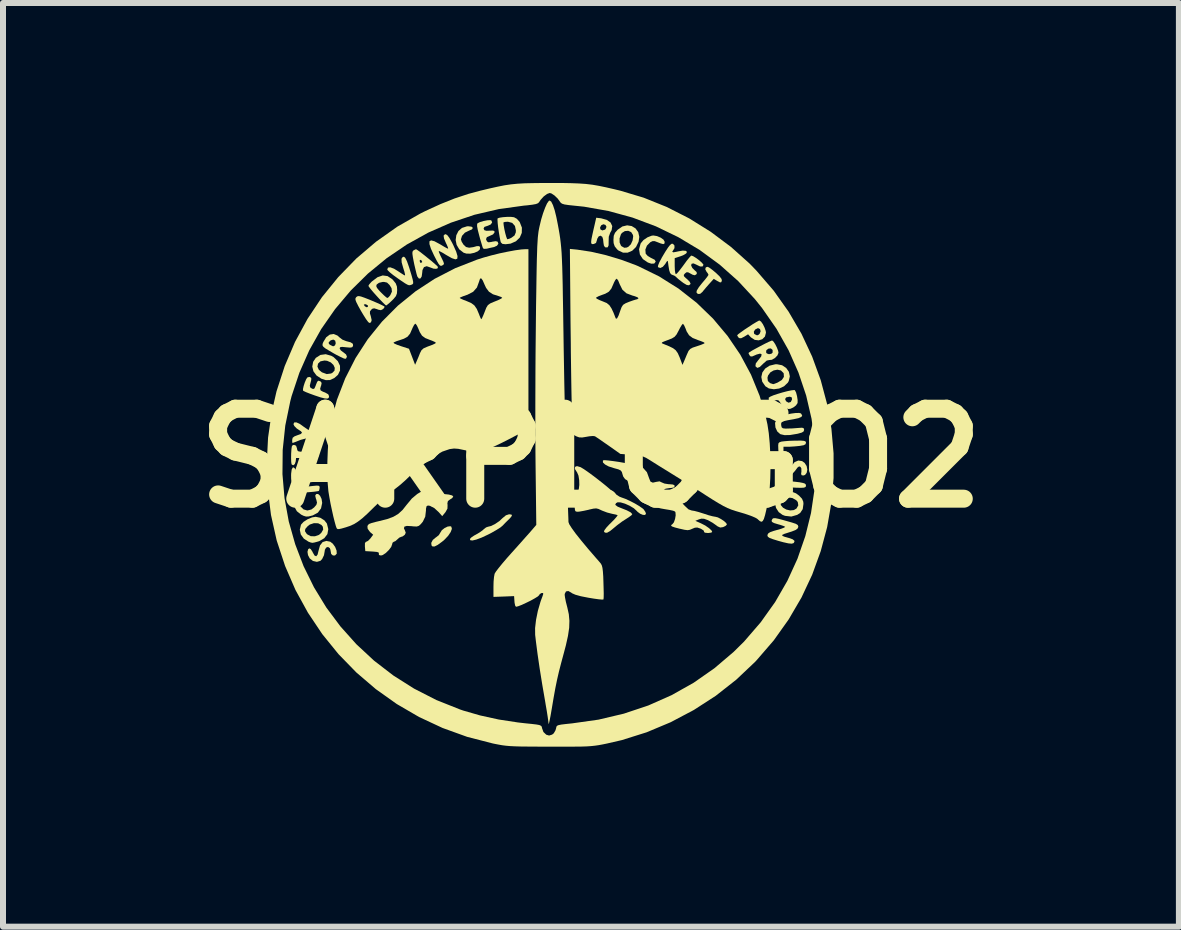
<source format=kicad_pcb>
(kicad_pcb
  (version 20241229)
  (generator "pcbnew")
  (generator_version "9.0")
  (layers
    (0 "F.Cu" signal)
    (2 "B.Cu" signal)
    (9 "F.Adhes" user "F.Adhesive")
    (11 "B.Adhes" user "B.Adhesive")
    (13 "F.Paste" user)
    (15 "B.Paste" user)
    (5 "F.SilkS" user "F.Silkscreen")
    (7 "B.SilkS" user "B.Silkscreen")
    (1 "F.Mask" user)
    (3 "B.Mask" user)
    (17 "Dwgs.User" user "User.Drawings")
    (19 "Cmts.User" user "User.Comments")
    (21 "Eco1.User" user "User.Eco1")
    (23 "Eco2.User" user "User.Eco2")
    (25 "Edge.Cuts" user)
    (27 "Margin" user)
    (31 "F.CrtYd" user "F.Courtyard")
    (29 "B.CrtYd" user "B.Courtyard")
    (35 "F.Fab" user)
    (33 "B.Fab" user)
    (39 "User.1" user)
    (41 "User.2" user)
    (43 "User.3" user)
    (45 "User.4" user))
  (footprint "SARPLOGO2"
    (layer "F.Cu")
    (at 6.8 4.584)
    (property "Reference" "SARPLOGO2" (at 0 0 0) (layer "F.SilkS") (effects (font (size 1.5 1.5) (thickness 0.3))))
    (attr board_only exclude_from_pos_files exclude_from_bom)
    (fp_poly (pts (xy 3.277 0.384) (xy 3.396 0.395) (xy 3.48 0.405) (xy 3.535 0.416) (xy 3.567 0.427) (xy 3.581 0.442) (xy 3.584 0.46) (xy 3.581 0.477) (xy 3.569 0.488) (xy 3.542 0.495) (xy 3.494 0.497) (xy 3.418 0.495) (xy 3.31 0.489) (xy 3.245 0.485) (xy 3.178 0.479) (xy 3.142 0.47) (xy 3.128 0.452) (xy 3.126 0.424) (xy 3.126 0.371)) (stroke (width 0) (type solid)) (fill yes) (layer "F.SilkS"))
    (fp_poly (pts (xy -2.327 1.145) (xy -2.318 1.181) (xy -2.338 1.234) (xy -2.381 1.298) (xy -2.444 1.364) (xy -2.481 1.395) (xy -2.555 1.449) (xy -2.607 1.475) (xy -2.641 1.474) (xy -2.657 1.458) (xy -2.662 1.415) (xy -2.636 1.366) (xy -2.587 1.325) (xy -2.583 1.323) (xy -2.536 1.286) (xy -2.51 1.243) (xy -2.485 1.203) (xy -2.44 1.168) (xy -2.389 1.143) (xy -2.344 1.137)) (stroke (width 0) (type solid)) (fill yes) (layer "F.SilkS"))
    (fp_poly (pts (xy -4.536 0.463) (xy -4.523 0.477) (xy -4.522 0.496) (xy -4.529 0.536) (xy -4.538 0.55) (xy -4.565 0.555) (xy -4.624 0.563) (xy -4.705 0.57) (xy -4.768 0.575) (xy -4.863 0.581) (xy -4.925 0.583) (xy -4.96 0.58) (xy -4.976 0.57) (xy -4.98 0.554) (xy -4.98 0.547) (xy -4.974 0.522) (xy -4.949 0.506) (xy -4.895 0.496) (xy -4.865 0.492) (xy -4.772 0.482) (xy -4.671 0.47) (xy -4.636 0.466) (xy -4.571 0.46)) (stroke (width 0) (type solid)) (fill yes) (layer "F.SilkS"))
    (fp_poly (pts (xy -4.915 -0.205) (xy -4.9 -0.161) (xy -4.894 -0.128) (xy -4.876 -0.111) (xy -4.837 -0.105) (xy -4.783 -0.104) (xy -4.669 -0.1) (xy -4.593 -0.087) (xy -4.552 -0.064) (xy -4.542 -0.039) (xy -4.546 -0.02) (xy -4.563 -0.009) (xy -4.6 -0.003) (xy -4.667 -0.000297) (xy -4.729 0) (xy -4.915 0) (xy -4.921 0.056) (xy -4.936 0.101) (xy -4.961 0.121) (xy -4.985 0.111) (xy -4.991 0.099) (xy -4.996 0.064) (xy -4.998 0.001) (xy -4.997 -0.075) (xy -4.992 -0.151) (xy -4.985 -0.195) (xy -4.971 -0.214) (xy -4.949 -0.219) (xy -4.949 -0.219)) (stroke (width 0) (type solid)) (fill yes) (layer "F.SilkS"))
    (fp_poly (pts (xy -1.991 -3.856) (xy -1.968 -3.836) (xy -1.983 -3.811) (xy -2.036 -3.788) (xy -2.101 -3.756) (xy -2.149 -3.703) (xy -2.167 -3.645) (xy -2.155 -3.606) (xy -2.125 -3.557) (xy -2.122 -3.554) (xy -2.082 -3.517) (xy -2.031 -3.505) (xy -1.96 -3.515) (xy -1.904 -3.531) (xy -1.863 -3.532) (xy -1.848 -3.513) (xy -1.852 -3.476) (xy -1.888 -3.444) (xy -1.945 -3.42) (xy -2.011 -3.406) (xy -2.076 -3.407) (xy -2.123 -3.422) (xy -2.196 -3.479) (xy -2.239 -3.553) (xy -2.255 -3.633) (xy -2.244 -3.713) (xy -2.209 -3.783) (xy -2.15 -3.835) (xy -2.068 -3.861) (xy -2.049 -3.863)) (stroke (width 0) (type solid)) (fill yes) (layer "F.SilkS"))
    (fp_poly (pts (xy -1.324 0.943) (xy -1.317 0.962) (xy -1.345 0.999) (xy -1.37 1.024) (xy -1.423 1.076) (xy -1.471 1.126) (xy -1.472 1.127) (xy -1.509 1.158) (xy -1.574 1.199) (xy -1.656 1.246) (xy -1.714 1.276) (xy -1.823 1.327) (xy -1.912 1.36) (xy -1.976 1.375) (xy -2.012 1.37) (xy -2.017 1.349) (xy -1.995 1.325) (xy -1.948 1.293) (xy -1.918 1.277) (xy -1.855 1.24) (xy -1.802 1.202) (xy -1.788 1.188) (xy -1.748 1.157) (xy -1.717 1.146) (xy -1.664 1.133) (xy -1.595 1.098) (xy -1.526 1.051) (xy -1.474 1.002) (xy -1.417 0.955) (xy -1.365 0.938)) (stroke (width 0) (type solid)) (fill yes) (layer "F.SilkS"))
    (fp_poly (pts (xy 3.548 -0.286) (xy 3.574 -0.278) (xy 3.583 -0.263) (xy 3.584 -0.253) (xy 3.576 -0.229) (xy 3.545 -0.213) (xy 3.483 -0.202) (xy 3.475 -0.201) (xy 3.393 -0.193) (xy 3.315 -0.188) (xy 3.287 -0.188) (xy 3.209 -0.188) (xy 3.209 -0.094) (xy 3.204 -0.031) (xy 3.19 -0.003) (xy 3.179 0) (xy 3.145 -0.01) (xy 3.139 -0.016) (xy 3.132 -0.044) (xy 3.126 -0.1) (xy 3.123 -0.146) (xy 3.121 -0.212) (xy 3.126 -0.247) (xy 3.145 -0.264) (xy 3.179 -0.274) (xy 3.229 -0.28) (xy 3.305 -0.286) (xy 3.394 -0.289) (xy 3.412 -0.289) (xy 3.497 -0.29)) (stroke (width 0) (type solid)) (fill yes) (layer "F.SilkS"))
    (fp_poly (pts (xy 1.971 -3.174) (xy 2.019 -3.139) (xy 2.077 -3.091) (xy 2.082 -3.087) (xy 2.145 -3.026) (xy 2.177 -2.984) (xy 2.182 -2.953) (xy 2.181 -2.95) (xy 2.169 -2.928) (xy 2.149 -2.928) (xy 2.107 -2.95) (xy 2.047 -2.986) (xy 1.966 -2.896) (xy 1.917 -2.84) (xy 1.875 -2.79) (xy 1.858 -2.768) (xy 1.82 -2.736) (xy 1.782 -2.734) (xy 1.758 -2.761) (xy 1.765 -2.793) (xy 1.799 -2.848) (xy 1.852 -2.915) (xy 1.903 -2.975) (xy 1.94 -3.023) (xy 1.958 -3.051) (xy 1.959 -3.054) (xy 1.946 -3.08) (xy 1.925 -3.107) (xy 1.905 -3.147) (xy 1.915 -3.178) (xy 1.944 -3.187)) (stroke (width 0) (type solid)) (fill yes) (layer "F.SilkS"))
    (fp_poly (pts (xy -4.851 -0.567) (xy -4.799 -0.529) (xy -4.716 -0.472) (xy -4.637 -0.443) (xy -4.606 -0.438) (xy -4.546 -0.428) (xy -4.518 -0.411) (xy -4.511 -0.385) (xy -4.516 -0.361) (xy -4.538 -0.349) (xy -4.586 -0.344) (xy -4.626 -0.343) (xy -4.73 -0.331) (xy -4.836 -0.303) (xy -4.855 -0.296) (xy -4.917 -0.271) (xy -4.96 -0.255) (xy -4.975 -0.25) (xy -4.979 -0.268) (xy -4.98 -0.301) (xy -4.972 -0.337) (xy -4.941 -0.361) (xy -4.897 -0.378) (xy -4.836 -0.4) (xy -4.816 -0.422) (xy -4.834 -0.446) (xy -4.853 -0.458) (xy -4.905 -0.493) (xy -4.944 -0.533) (xy -4.959 -0.565) (xy -4.945 -0.593) (xy -4.907 -0.593)) (stroke (width 0) (type solid)) (fill yes) (layer "F.SilkS"))
    (fp_poly (pts (xy -4.515 0.63) (xy -4.49 0.682) (xy -4.48 0.746) (xy -4.48 0.75) (xy -4.499 0.84) (xy -4.552 0.911) (xy -4.635 0.956) (xy -4.642 0.958) (xy -4.705 0.974) (xy -4.748 0.976) (xy -4.789 0.964) (xy -4.83 0.944) (xy -4.902 0.887) (xy -4.946 0.808) (xy -4.955 0.723) (xy -4.94 0.671) (xy -4.916 0.657) (xy -4.89 0.679) (xy -4.874 0.725) (xy -4.842 0.806) (xy -4.79 0.857) (xy -4.727 0.875) (xy -4.659 0.858) (xy -4.614 0.824) (xy -4.577 0.781) (xy -4.566 0.745) (xy -4.577 0.696) (xy -4.585 0.675) (xy -4.596 0.628) (xy -4.582 0.603) (xy -4.58 0.601) (xy -4.547 0.6)) (stroke (width 0) (type solid)) (fill yes) (layer "F.SilkS"))
    (fp_poly (pts (xy -4.329 -1.704) (xy -4.29 -1.682) (xy -4.219 -1.614) (xy -4.183 -1.538) (xy -4.182 -1.459) (xy -4.217 -1.386) (xy -4.279 -1.332) (xy -4.351 -1.299) (xy -4.42 -1.298) (xy -4.492 -1.321) (xy -4.574 -1.375) (xy -4.626 -1.445) (xy -4.645 -1.523) (xy -4.559 -1.523) (xy -4.536 -1.471) (xy -4.484 -1.428) (xy -4.404 -1.399) (xy -4.334 -1.408) (xy -4.312 -1.418) (xy -4.275 -1.455) (xy -4.27 -1.502) (xy -4.292 -1.551) (xy -4.336 -1.593) (xy -4.397 -1.62) (xy -4.441 -1.625) (xy -4.509 -1.611) (xy -4.549 -1.573) (xy -4.559 -1.523) (xy -4.645 -1.523) (xy -4.645 -1.524) (xy -4.63 -1.604) (xy -4.586 -1.669) (xy -4.509 -1.718) (xy -4.421 -1.73)) (stroke (width 0) (type solid)) (fill yes) (layer "F.SilkS"))
    (fp_poly (pts (xy -3.095 -3.336) (xy -3.067 -3.28) (xy -3.033 -3.184) (xy -3.022 -3.149) (xy -2.991 -3.047) (xy -2.972 -2.978) (xy -2.963 -2.934) (xy -2.964 -2.909) (xy -2.975 -2.896) (xy -2.992 -2.888) (xy -3.014 -2.881) (xy -3.034 -2.88) (xy -3.061 -2.89) (xy -3.101 -2.913) (xy -3.162 -2.954) (xy -3.224 -2.997) (xy -3.296 -3.049) (xy -3.354 -3.096) (xy -3.388 -3.13) (xy -3.395 -3.142) (xy -3.383 -3.174) (xy -3.344 -3.178) (xy -3.282 -3.155) (xy -3.222 -3.118) (xy -3.163 -3.079) (xy -3.119 -3.051) (xy -3.099 -3.042) (xy -3.099 -3.06) (xy -3.11 -3.107) (xy -3.129 -3.168) (xy -3.155 -3.26) (xy -3.158 -3.321) (xy -3.138 -3.35) (xy -3.117 -3.355)) (stroke (width 0) (type solid)) (fill yes) (layer "F.SilkS"))
    (fp_poly (pts (xy 1.101 -3.699) (xy 1.162 -3.673) (xy 1.21 -3.639) (xy 1.229 -3.604) (xy 1.229 -3.602) (xy 1.225 -3.574) (xy 1.206 -3.565) (xy 1.163 -3.576) (xy 1.115 -3.595) (xy 1.062 -3.615) (xy 1.027 -3.615) (xy 0.99 -3.597) (xy 0.987 -3.594) (xy 0.933 -3.54) (xy 0.907 -3.474) (xy 0.912 -3.409) (xy 0.914 -3.404) (xy 0.947 -3.367) (xy 1.001 -3.335) (xy 1.01 -3.331) (xy 1.063 -3.304) (xy 1.079 -3.274) (xy 1.079 -3.272) (xy 1.055 -3.241) (xy 1.005 -3.239) (xy 0.948 -3.259) (xy 0.866 -3.315) (xy 0.816 -3.391) (xy 0.802 -3.479) (xy 0.827 -3.571) (xy 0.832 -3.581) (xy 0.876 -3.633) (xy 0.942 -3.678) (xy 1.011 -3.705) (xy 1.039 -3.709)) (stroke (width 0) (type solid)) (fill yes) (layer "F.SilkS"))
    (fp_poly (pts (xy -4.346 1.395) (xy -4.303 1.428) (xy -4.264 1.482) (xy -4.24 1.543) (xy -4.237 1.593) (xy -4.238 1.596) (xy -4.265 1.624) (xy -4.302 1.624) (xy -4.33 1.599) (xy -4.334 1.578) (xy -4.343 1.527) (xy -4.353 1.502) (xy -4.383 1.482) (xy -4.414 1.494) (xy -4.435 1.53) (xy -4.438 1.553) (xy -4.45 1.621) (xy -4.48 1.683) (xy -4.509 1.714) (xy -4.568 1.731) (xy -4.634 1.716) (xy -4.688 1.673) (xy -4.716 1.619) (xy -4.725 1.564) (xy -4.713 1.52) (xy -4.694 1.506) (xy -4.671 1.518) (xy -4.645 1.557) (xy -4.637 1.574) (xy -4.607 1.626) (xy -4.579 1.638) (xy -4.556 1.609) (xy -4.541 1.547) (xy -4.516 1.457) (xy -4.472 1.401) (xy -4.41 1.382)) (stroke (width 0) (type solid)) (fill yes) (layer "F.SilkS"))
    (fp_poly (pts (xy 3.207 0.038) (xy 3.218 0.089) (xy 3.219 0.122) (xy 3.224 0.175) (xy 3.243 0.199) (xy 3.261 0.204) (xy 3.298 0.194) (xy 3.333 0.15) (xy 3.344 0.131) (xy 3.394 0.069) (xy 3.456 0.042) (xy 3.52 0.052) (xy 3.562 0.082) (xy 3.595 0.134) (xy 3.606 0.193) (xy 3.596 0.247) (xy 3.568 0.283) (xy 3.537 0.292) (xy 3.509 0.285) (xy 3.503 0.257) (xy 3.508 0.231) (xy 3.507 0.172) (xy 3.491 0.147) (xy 3.469 0.14) (xy 3.443 0.159) (xy 3.405 0.21) (xy 3.403 0.213) (xy 3.342 0.281) (xy 3.276 0.311) (xy 3.212 0.303) (xy 3.168 0.272) (xy 3.135 0.212) (xy 3.127 0.138) (xy 3.145 0.067) (xy 3.155 0.051) (xy 3.185 0.025)) (stroke (width 0) (type solid)) (fill yes) (layer "F.SilkS"))
    (fp_poly (pts (xy 3.186 -1.546) (xy 3.254 -1.501) (xy 3.299 -1.437) (xy 3.315 -1.361) (xy 3.297 -1.283) (xy 3.281 -1.255) (xy 3.218 -1.195) (xy 3.137 -1.158) (xy 3.049 -1.146) (xy 2.966 -1.159) (xy 2.907 -1.196) (xy 2.855 -1.272) (xy 2.842 -1.338) (xy 2.942 -1.338) (xy 2.949 -1.283) (xy 2.986 -1.248) (xy 3.038 -1.231) (xy 3.059 -1.237) (xy 3.103 -1.254) (xy 3.114 -1.259) (xy 3.182 -1.301) (xy 3.216 -1.352) (xy 3.213 -1.408) (xy 3.209 -1.417) (xy 3.167 -1.459) (xy 3.109 -1.472) (xy 3.046 -1.46) (xy 2.99 -1.427) (xy 2.952 -1.375) (xy 2.942 -1.338) (xy 2.842 -1.338) (xy 2.84 -1.351) (xy 2.857 -1.426) (xy 2.904 -1.491) (xy 2.977 -1.539) (xy 3.072 -1.562) (xy 3.099 -1.563)) (stroke (width 0) (type solid)) (fill yes) (layer "F.SilkS"))
    (fp_poly (pts (xy 3.364 0.568) (xy 3.418 0.589) (xy 3.469 0.627) (xy 3.518 0.679) (xy 3.539 0.729) (xy 3.542 0.764) (xy 3.53 0.852) (xy 3.489 0.914) (xy 3.438 0.948) (xy 3.34 0.976) (xy 3.235 0.964) (xy 3.193 0.948) (xy 3.13 0.902) (xy 3.085 0.833) (xy 3.068 0.757) (xy 3.07 0.734) (xy 3.16 0.734) (xy 3.165 0.785) (xy 3.201 0.828) (xy 3.256 0.859) (xy 3.32 0.874) (xy 3.382 0.868) (xy 3.426 0.842) (xy 3.456 0.789) (xy 3.447 0.733) (xy 3.422 0.704) (xy 3.359 0.668) (xy 3.289 0.657) (xy 3.224 0.669) (xy 3.176 0.703) (xy 3.16 0.734) (xy 3.07 0.734) (xy 3.071 0.719) (xy 3.111 0.637) (xy 3.178 0.584) (xy 3.273 0.563) (xy 3.291 0.563)) (stroke (width 0) (type solid)) (fill yes) (layer "F.SilkS"))
    (fp_poly (pts (xy 0.679 -3.866) (xy 0.743 -3.827) (xy 0.788 -3.765) (xy 0.806 -3.685) (xy 0.794 -3.605) (xy 0.751 -3.517) (xy 0.688 -3.455) (xy 0.613 -3.423) (xy 0.534 -3.423) (xy 0.458 -3.459) (xy 0.436 -3.478) (xy 0.396 -3.528) (xy 0.378 -3.581) (xy 0.375 -3.636) (xy 0.377 -3.66) (xy 0.477 -3.66) (xy 0.478 -3.592) (xy 0.5 -3.54) (xy 0.511 -3.529) (xy 0.556 -3.504) (xy 0.597 -3.508) (xy 0.624 -3.521) (xy 0.665 -3.562) (xy 0.694 -3.626) (xy 0.704 -3.694) (xy 0.7 -3.718) (xy 0.671 -3.765) (xy 0.621 -3.787) (xy 0.565 -3.782) (xy 0.516 -3.751) (xy 0.499 -3.727) (xy 0.477 -3.66) (xy 0.377 -3.66) (xy 0.38 -3.704) (xy 0.401 -3.754) (xy 0.446 -3.805) (xy 0.523 -3.859) (xy 0.603 -3.878)) (stroke (width 0) (type solid)) (fill yes) (layer "F.SilkS"))
    (fp_poly (pts (xy -4.681 -1.348) (xy -4.662 -1.333) (xy -4.662 -1.302) (xy -4.673 -1.26) (xy -4.686 -1.207) (xy -4.68 -1.178) (xy -4.666 -1.166) (xy -4.632 -1.149) (xy -4.609 -1.159) (xy -4.59 -1.202) (xy -4.584 -1.219) (xy -4.563 -1.271) (xy -4.543 -1.289) (xy -4.513 -1.279) (xy -4.505 -1.274) (xy -4.489 -1.251) (xy -4.497 -1.208) (xy -4.501 -1.199) (xy -4.514 -1.154) (xy -4.505 -1.126) (xy -4.467 -1.105) (xy -4.432 -1.092) (xy -4.379 -1.062) (xy -4.365 -1.03) (xy -4.371 -1.002) (xy -4.393 -0.99) (xy -4.437 -0.993) (xy -4.508 -1.011) (xy -4.604 -1.043) (xy -4.684 -1.072) (xy -4.75 -1.098) (xy -4.79 -1.117) (xy -4.798 -1.122) (xy -4.8 -1.149) (xy -4.789 -1.199) (xy -4.77 -1.258) (xy -4.747 -1.312) (xy -4.728 -1.342) (xy -4.697 -1.351)) (stroke (width 0) (type solid)) (fill yes) (layer "F.SilkS"))
    (fp_poly (pts (xy -4.512 0.996) (xy -4.443 1.039) (xy -4.401 1.093) (xy -4.378 1.186) (xy -4.393 1.269) (xy -4.445 1.337) (xy -4.529 1.386) (xy -4.555 1.394) (xy -4.611 1.409) (xy -4.644 1.414) (xy -4.673 1.408) (xy -4.709 1.394) (xy -4.786 1.344) (xy -4.836 1.275) (xy -4.848 1.219) (xy -4.767 1.219) (xy -4.741 1.26) (xy -4.728 1.273) (xy -4.671 1.303) (xy -4.601 1.305) (xy -4.533 1.281) (xy -4.496 1.249) (xy -4.463 1.193) (xy -4.469 1.146) (xy -4.492 1.116) (xy -4.547 1.088) (xy -4.617 1.086) (xy -4.686 1.109) (xy -4.72 1.135) (xy -4.761 1.182) (xy -4.767 1.219) (xy -4.848 1.219) (xy -4.853 1.196) (xy -4.834 1.115) (xy -4.832 1.11) (xy -4.79 1.064) (xy -4.723 1.021) (xy -4.648 0.99) (xy -4.588 0.98)) (stroke (width 0) (type solid)) (fill yes) (layer "F.SilkS"))
    (fp_poly (pts (xy 2.835 -2.274) (xy 2.866 -2.23) (xy 2.894 -2.173) (xy 2.913 -2.117) (xy 2.917 -2.089) (xy 2.9 -2.024) (xy 2.856 -1.98) (xy 2.796 -1.961) (xy 2.73 -1.969) (xy 2.669 -2.009) (xy 2.667 -2.01) (xy 2.619 -2.062) (xy 2.553 -2.021) (xy 2.503 -1.996) (xy 2.472 -1.998) (xy 2.462 -2.005) (xy 2.441 -2.035) (xy 2.438 -2.046) (xy 2.454 -2.063) (xy 2.497 -2.095) (xy 2.514 -2.107) (xy 2.715 -2.107) (xy 2.719 -2.073) (xy 2.73 -2.063) (xy 2.769 -2.044) (xy 2.797 -2.056) (xy 2.813 -2.073) (xy 2.828 -2.113) (xy 2.818 -2.149) (xy 2.787 -2.164) (xy 2.779 -2.163) (xy 2.738 -2.142) (xy 2.715 -2.107) (xy 2.514 -2.107) (xy 2.557 -2.138) (xy 2.627 -2.184) (xy 2.695 -2.229) (xy 2.755 -2.265) (xy 2.796 -2.288) (xy 2.808 -2.292)) (stroke (width 0) (type solid)) (fill yes) (layer "F.SilkS"))
    (fp_poly (pts (xy 3.399 -1.13) (xy 3.419 -1.092) (xy 3.435 -1.031) (xy 3.445 -0.966) (xy 3.444 -0.918) (xy 3.444 -0.916) (xy 3.418 -0.877) (xy 3.374 -0.843) (xy 3.324 -0.82) (xy 3.288 -0.817) (xy 3.245 -0.833) (xy 3.238 -0.836) (xy 3.197 -0.869) (xy 3.16 -0.917) (xy 3.131 -0.957) (xy 3.1 -0.966) (xy 3.058 -0.957) (xy 2.999 -0.95) (xy 2.965 -0.966) (xy 2.964 -0.982) (xy 3.236 -0.982) (xy 3.252 -0.946) (xy 3.292 -0.922) (xy 3.33 -0.933) (xy 3.351 -0.974) (xy 3.348 -1.009) (xy 3.318 -1.021) (xy 3.305 -1.021) (xy 3.254 -1.01) (xy 3.236 -0.982) (xy 2.964 -0.982) (xy 2.963 -1.003) (xy 2.964 -1.006) (xy 2.988 -1.022) (xy 3.041 -1.045) (xy 3.113 -1.069) (xy 3.194 -1.093) (xy 3.274 -1.114) (xy 3.342 -1.128) (xy 3.387 -1.133)) (stroke (width 0) (type solid)) (fill yes) (layer "F.SilkS"))
    (fp_poly (pts (xy 3.5 -0.743) (xy 3.521 -0.71) (xy 3.508 -0.685) (xy 3.459 -0.664) (xy 3.381 -0.647) (xy 3.284 -0.63) (xy 3.222 -0.616) (xy 3.187 -0.602) (xy 3.172 -0.585) (xy 3.17 -0.56) (xy 3.171 -0.545) (xy 3.179 -0.511) (xy 3.2 -0.495) (xy 3.246 -0.49) (xy 3.271 -0.491) (xy 3.357 -0.493) (xy 3.445 -0.5) (xy 3.459 -0.501) (xy 3.517 -0.505) (xy 3.544 -0.498) (xy 3.552 -0.477) (xy 3.553 -0.469) (xy 3.545 -0.443) (xy 3.515 -0.424) (xy 3.455 -0.407) (xy 3.438 -0.403) (xy 3.317 -0.383) (xy 3.227 -0.381) (xy 3.161 -0.396) (xy 3.153 -0.4) (xy 3.105 -0.443) (xy 3.075 -0.509) (xy 3.069 -0.579) (xy 3.071 -0.593) (xy 3.098 -0.643) (xy 3.138 -0.68) (xy 3.188 -0.703) (xy 3.259 -0.724) (xy 3.337 -0.74) (xy 3.412 -0.75) (xy 3.471 -0.751)) (stroke (width 0) (type solid)) (fill yes) (layer "F.SilkS"))
    (fp_poly (pts (xy 0.17 -3.995) (xy 0.264 -3.969) (xy 0.327 -3.925) (xy 0.355 -3.866) (xy 0.345 -3.798) (xy 0.321 -3.755) (xy 0.297 -3.688) (xy 0.295 -3.611) (xy 0.294 -3.544) (xy 0.279 -3.512) (xy 0.248 -3.51) (xy 0.234 -3.514) (xy 0.216 -3.541) (xy 0.208 -3.589) (xy 0.208 -3.591) (xy 0.202 -3.647) (xy 0.189 -3.686) (xy 0.16 -3.706) (xy 0.128 -3.693) (xy 0.105 -3.654) (xy 0.1 -3.632) (xy 0.084 -3.584) (xy 0.047 -3.567) (xy 0.022 -3.565) (xy 0.007 -3.574) (xy 0.003 -3.599) (xy 0.008 -3.647) (xy 0.024 -3.723) (xy 0.044 -3.814) (xy 0.051 -3.843) (xy 0.152 -3.843) (xy 0.157 -3.811) (xy 0.189 -3.793) (xy 0.231 -3.805) (xy 0.244 -3.816) (xy 0.259 -3.853) (xy 0.242 -3.885) (xy 0.208 -3.896) (xy 0.172 -3.88) (xy 0.152 -3.843) (xy 0.051 -3.843) (xy 0.088 -4.005)) (stroke (width 0) (type solid)) (fill yes) (layer "F.SilkS"))
    (fp_poly (pts (xy -2.893 -3.467) (xy -2.848 -3.435) (xy -2.788 -3.388) (xy -2.722 -3.335) (xy -2.656 -3.282) (xy -2.601 -3.234) (xy -2.563 -3.2) (xy -2.553 -3.188) (xy -2.552 -3.164) (xy -2.58 -3.153) (xy -2.624 -3.156) (xy -2.672 -3.174) (xy -2.672 -3.174) (xy -2.737 -3.197) (xy -2.783 -3.182) (xy -2.808 -3.133) (xy -2.813 -3.085) (xy -2.821 -3.026) (xy -2.842 -2.993) (xy -2.868 -2.991) (xy -2.893 -3.024) (xy -2.895 -3.028) (xy -2.907 -3.069) (xy -2.924 -3.139) (xy -2.944 -3.224) (xy -2.951 -3.258) (xy -2.956 -3.283) (xy -2.855 -3.283) (xy -2.844 -3.255) (xy -2.834 -3.251) (xy -2.814 -3.265) (xy -2.813 -3.27) (xy -2.828 -3.298) (xy -2.834 -3.303) (xy -2.852 -3.298) (xy -2.855 -3.283) (xy -2.956 -3.283) (xy -2.968 -3.346) (xy -2.976 -3.403) (xy -2.975 -3.436) (xy -2.965 -3.454) (xy -2.958 -3.46) (xy -2.925 -3.477) (xy -2.914 -3.479)) (stroke (width 0) (type solid)) (fill yes) (layer "F.SilkS"))
    (fp_poly (pts (xy -2.395 -3.715) (xy -2.36 -3.669) (xy -2.314 -3.587) (xy -2.293 -3.545) (xy -2.246 -3.439) (xy -2.224 -3.365) (xy -2.228 -3.322) (xy -2.259 -3.311) (xy -2.317 -3.33) (xy -2.404 -3.379) (xy -2.416 -3.386) (xy -2.475 -3.422) (xy -2.519 -3.445) (xy -2.537 -3.45) (xy -2.533 -3.429) (xy -2.513 -3.382) (xy -2.491 -3.337) (xy -2.462 -3.277) (xy -2.45 -3.243) (xy -2.456 -3.224) (xy -2.478 -3.21) (xy -2.479 -3.209) (xy -2.499 -3.202) (xy -2.518 -3.21) (xy -2.541 -3.238) (xy -2.572 -3.292) (xy -2.616 -3.377) (xy -2.616 -3.377) (xy -2.667 -3.488) (xy -2.692 -3.565) (xy -2.692 -3.612) (xy -2.664 -3.627) (xy -2.609 -3.613) (xy -2.527 -3.569) (xy -2.501 -3.554) (xy -2.441 -3.518) (xy -2.398 -3.495) (xy -2.38 -3.489) (xy -2.384 -3.51) (xy -2.403 -3.555) (xy -2.416 -3.581) (xy -2.449 -3.659) (xy -2.456 -3.707) (xy -2.435 -3.728) (xy -2.421 -3.73)) (stroke (width 0) (type solid)) (fill yes) (layer "F.SilkS"))
    (fp_poly (pts (xy -1.659 -3.959) (xy -1.647 -3.926) (xy -1.67 -3.893) (xy -1.721 -3.87) (xy -1.729 -3.868) (xy -1.776 -3.852) (xy -1.789 -3.825) (xy -1.788 -3.819) (xy -1.775 -3.796) (xy -1.741 -3.787) (xy -1.691 -3.789) (xy -1.635 -3.791) (xy -1.61 -3.783) (xy -1.607 -3.762) (xy -1.608 -3.759) (xy -1.632 -3.727) (xy -1.683 -3.704) (xy -1.735 -3.681) (xy -1.749 -3.647) (xy -1.733 -3.61) (xy -1.708 -3.595) (xy -1.66 -3.601) (xy -1.646 -3.605) (xy -1.588 -3.614) (xy -1.556 -3.606) (xy -1.543 -3.572) (xy -1.566 -3.539) (xy -1.615 -3.516) (xy -1.621 -3.515) (xy -1.686 -3.501) (xy -1.735 -3.489) (xy -1.778 -3.486) (xy -1.798 -3.494) (xy -1.808 -3.52) (xy -1.825 -3.577) (xy -1.848 -3.655) (xy -1.861 -3.703) (xy -1.886 -3.8) (xy -1.898 -3.864) (xy -1.897 -3.901) (xy -1.889 -3.913) (xy -1.849 -3.933) (xy -1.79 -3.95) (xy -1.729 -3.962) (xy -1.679 -3.965)) (stroke (width 0) (type solid)) (fill yes) (layer "F.SilkS"))
    (fp_poly (pts (xy -1.282 -4.013) (xy -1.282 -4.013) (xy -1.235 -3.987) (xy -1.192 -3.939) (xy -1.187 -3.932) (xy -1.151 -3.84) (xy -1.153 -3.752) (xy -1.187 -3.673) (xy -1.251 -3.612) (xy -1.34 -3.573) (xy -1.424 -3.563) (xy -1.476 -3.569) (xy -1.501 -3.593) (xy -1.507 -3.61) (xy -1.521 -3.681) (xy -1.535 -3.763) (xy -1.547 -3.846) (xy -1.555 -3.919) (xy -1.555 -3.924) (xy -1.459 -3.924) (xy -1.454 -3.876) (xy -1.443 -3.813) (xy -1.428 -3.746) (xy -1.412 -3.688) (xy -1.398 -3.652) (xy -1.393 -3.646) (xy -1.36 -3.655) (xy -1.327 -3.67) (xy -1.274 -3.709) (xy -1.253 -3.76) (xy -1.251 -3.793) (xy -1.267 -3.868) (xy -1.313 -3.919) (xy -1.383 -3.938) (xy -1.387 -3.938) (xy -1.435 -3.935) (xy -1.458 -3.926) (xy -1.459 -3.924) (xy -1.555 -3.924) (xy -1.558 -3.972) (xy -1.556 -3.994) (xy -1.525 -4.005) (xy -1.468 -4.014) (xy -1.398 -4.019) (xy -1.331 -4.019)) (stroke (width 0) (type solid)) (fill yes) (layer "F.SilkS"))
    (fp_poly (pts (xy -3.833 -2.692) (xy -3.776 -2.672) (xy -3.689 -2.638) (xy -3.658 -2.625) (xy -3.571 -2.588) (xy -3.5 -2.556) (xy -3.453 -2.532) (xy -3.438 -2.52) (xy -3.452 -2.496) (xy -3.469 -2.48) (xy -3.501 -2.464) (xy -3.544 -2.472) (xy -3.564 -2.48) (xy -3.613 -2.495) (xy -3.644 -2.488) (xy -3.662 -2.472) (xy -3.683 -2.444) (xy -3.684 -2.409) (xy -3.67 -2.365) (xy -3.655 -2.298) (xy -3.667 -2.26) (xy -3.695 -2.251) (xy -3.714 -2.268) (xy -3.749 -2.315) (xy -3.792 -2.383) (xy -3.832 -2.45) (xy -3.881 -2.538) (xy -3.89 -2.557) (xy -3.786 -2.557) (xy -3.773 -2.534) (xy -3.772 -2.532) (xy -3.743 -2.513) (xy -3.72 -2.517) (xy -3.717 -2.538) (xy -3.72 -2.544) (xy -3.749 -2.561) (xy -3.765 -2.563) (xy -3.786 -2.557) (xy -3.89 -2.557) (xy -3.911 -2.598) (xy -3.925 -2.636) (xy -3.925 -2.661) (xy -3.914 -2.679) (xy -3.911 -2.682) (xy -3.894 -2.695) (xy -3.87 -2.699)) (stroke (width 0) (type solid)) (fill yes) (layer "F.SilkS"))
    (fp_poly (pts (xy -3.39 -3.032) (xy -3.313 -2.981) (xy -3.3 -2.968) (xy -3.254 -2.911) (xy -3.234 -2.858) (xy -3.23 -2.801) (xy -3.234 -2.743) (xy -3.251 -2.698) (xy -3.29 -2.651) (xy -3.316 -2.625) (xy -3.364 -2.58) (xy -3.401 -2.55) (xy -3.415 -2.542) (xy -3.433 -2.557) (xy -3.473 -2.596) (xy -3.528 -2.653) (xy -3.568 -2.697) (xy -3.628 -2.764) (xy -3.675 -2.82) (xy -3.703 -2.858) (xy -3.707 -2.866) (xy -3.579 -2.866) (xy -3.566 -2.835) (xy -3.529 -2.79) (xy -3.501 -2.761) (xy -3.451 -2.712) (xy -3.412 -2.678) (xy -3.393 -2.667) (xy -3.371 -2.682) (xy -3.345 -2.713) (xy -3.317 -2.774) (xy -3.324 -2.831) (xy -3.357 -2.884) (xy -3.399 -2.924) (xy -3.449 -2.935) (xy -3.475 -2.934) (xy -3.533 -2.92) (xy -3.57 -2.893) (xy -3.571 -2.892) (xy -3.579 -2.866) (xy -3.707 -2.866) (xy -3.709 -2.87) (xy -3.695 -2.895) (xy -3.661 -2.933) (xy -3.652 -2.942) (xy -3.558 -3.013) (xy -3.471 -3.043)) (stroke (width 0) (type solid)) (fill yes) (layer "F.SilkS"))
    (fp_poly (pts (xy -4.561 0.135) (xy -4.547 0.165) (xy -4.536 0.228) (xy -4.534 0.242) (xy -4.53 0.31) (xy -4.533 0.362) (xy -4.539 0.38) (xy -4.567 0.39) (xy -4.627 0.399) (xy -4.708 0.407) (xy -4.769 0.411) (xy -4.867 0.416) (xy -4.931 0.416) (xy -4.968 0.41) (xy -4.987 0.399) (xy -4.991 0.391) (xy -4.997 0.352) (xy -4.998 0.29) (xy -4.997 0.258) (xy -4.988 0.192) (xy -4.972 0.161) (xy -4.959 0.156) (xy -4.934 0.175) (xy -4.922 0.233) (xy -4.921 0.234) (xy -4.913 0.286) (xy -4.895 0.308) (xy -4.862 0.313) (xy -4.825 0.308) (xy -4.815 0.284) (xy -4.818 0.25) (xy -4.815 0.196) (xy -4.794 0.159) (xy -4.763 0.151) (xy -4.752 0.156) (xy -4.737 0.184) (xy -4.73 0.235) (xy -4.73 0.241) (xy -4.726 0.29) (xy -4.708 0.309) (xy -4.679 0.313) (xy -4.646 0.307) (xy -4.63 0.285) (xy -4.622 0.233) (xy -4.622 0.224) (xy -4.61 0.16) (xy -4.587 0.131) (xy -4.582 0.129)) (stroke (width 0) (type solid)) (fill yes) (layer "F.SilkS"))
    (fp_poly (pts (xy 3.079 1.004) (xy 3.128 1.014) (xy 3.203 1.034) (xy 3.309 1.064) (xy 3.351 1.076) (xy 3.415 1.097) (xy 3.447 1.117) (xy 3.456 1.141) (xy 3.455 1.152) (xy 3.442 1.178) (xy 3.409 1.201) (xy 3.345 1.226) (xy 3.303 1.239) (xy 3.225 1.264) (xy 3.188 1.282) (xy 3.191 1.298) (xy 3.233 1.315) (xy 3.298 1.333) (xy 3.362 1.355) (xy 3.39 1.378) (xy 3.392 1.394) (xy 3.379 1.418) (xy 3.347 1.428) (xy 3.291 1.423) (xy 3.206 1.404) (xy 3.119 1.38) (xy 3.032 1.353) (xy 2.978 1.333) (xy 2.95 1.314) (xy 2.942 1.295) (xy 2.942 1.283) (xy 2.954 1.258) (xy 2.985 1.237) (xy 3.044 1.216) (xy 3.1 1.2) (xy 3.17 1.18) (xy 3.219 1.161) (xy 3.237 1.148) (xy 3.236 1.146) (xy 3.207 1.132) (xy 3.153 1.114) (xy 3.12 1.105) (xy 3.051 1.084) (xy 3.017 1.065) (xy 3.011 1.044) (xy 3.022 1.021) (xy 3.032 1.008) (xy 3.049 1.003)) (stroke (width 0) (type solid)) (fill yes) (layer "F.SilkS"))
    (fp_poly (pts (xy -4.225 -2.041) (xy -4.197 -2.015) (xy -4.143 -1.973) (xy -4.08 -1.948) (xy -4.005 -1.928) (xy -3.968 -1.903) (xy -3.965 -1.869) (xy -3.966 -1.866) (xy -3.981 -1.846) (xy -4.014 -1.84) (xy -4.075 -1.845) (xy -4.084 -1.846) (xy -4.146 -1.852) (xy -4.178 -1.848) (xy -4.188 -1.832) (xy -4.188 -1.826) (xy -4.171 -1.795) (xy -4.13 -1.763) (xy -4.124 -1.76) (xy -4.082 -1.726) (xy -4.067 -1.689) (xy -4.081 -1.66) (xy -4.094 -1.653) (xy -4.121 -1.66) (xy -4.173 -1.684) (xy -4.244 -1.72) (xy -4.282 -1.741) (xy -4.371 -1.793) (xy -4.43 -1.829) (xy -4.462 -1.856) (xy -4.475 -1.879) (xy -4.472 -1.905) (xy -4.466 -1.921) (xy -4.374 -1.921) (xy -4.365 -1.899) (xy -4.345 -1.884) (xy -4.297 -1.861) (xy -4.266 -1.877) (xy -4.254 -1.913) (xy -4.263 -1.956) (xy -4.294 -1.974) (xy -4.336 -1.962) (xy -4.351 -1.95) (xy -4.374 -1.921) (xy -4.466 -1.921) (xy -4.46 -1.935) (xy -4.413 -2.012) (xy -4.353 -2.057) (xy -4.288 -2.067)) (stroke (width 0) (type solid)) (fill yes) (layer "F.SilkS"))
    (fp_poly (pts (xy 3.042 -1.941) (xy 3.071 -1.898) (xy 3.099 -1.842) (xy 3.12 -1.787) (xy 3.126 -1.753) (xy 3.108 -1.709) (xy 3.066 -1.666) (xy 3.015 -1.637) (xy 2.973 -1.633) (xy 2.93 -1.624) (xy 2.876 -1.577) (xy 2.871 -1.572) (xy 2.815 -1.518) (xy 2.774 -1.502) (xy 2.746 -1.524) (xy 2.742 -1.535) (xy 2.748 -1.577) (xy 2.791 -1.634) (xy 2.796 -1.639) (xy 2.838 -1.694) (xy 2.845 -1.729) (xy 2.819 -1.74) (xy 2.762 -1.725) (xy 2.742 -1.716) (xy 2.691 -1.694) (xy 2.663 -1.692) (xy 2.645 -1.709) (xy 2.629 -1.741) (xy 2.626 -1.75) (xy 2.64 -1.762) (xy 2.919 -1.762) (xy 2.931 -1.743) (xy 2.967 -1.73) (xy 3.008 -1.738) (xy 3.028 -1.757) (xy 3.028 -1.801) (xy 2.999 -1.826) (xy 2.961 -1.824) (xy 2.924 -1.798) (xy 2.919 -1.762) (xy 2.64 -1.762) (xy 2.643 -1.764) (xy 2.688 -1.792) (xy 2.752 -1.827) (xy 2.825 -1.866) (xy 2.898 -1.904) (xy 2.961 -1.935) (xy 3.006 -1.954) (xy 3.02 -1.959)) (stroke (width 0) (type solid)) (fill yes) (layer "F.SilkS"))
    (fp_poly (pts (xy -2.565 0.462) (xy -2.547 0.48) (xy -2.547 0.525) (xy -2.547 0.526) (xy -2.548 0.57) (xy -2.533 0.59) (xy -2.491 0.598) (xy -2.469 0.599) (xy -2.371 0.609) (xy -2.313 0.624) (xy -2.295 0.644) (xy -2.315 0.67) (xy -2.346 0.689) (xy -2.384 0.717) (xy -2.393 0.756) (xy -2.39 0.783) (xy -2.392 0.844) (xy -2.425 0.903) (xy -2.429 0.908) (xy -2.479 0.969) (xy -2.537 0.903) (xy -2.612 0.834) (xy -2.684 0.797) (xy -2.718 0.792) (xy -2.74 0.804) (xy -2.75 0.847) (xy -2.75 0.874) (xy -2.762 0.978) (xy -2.802 1.061) (xy -2.835 1.101) (xy -2.867 1.13) (xy -2.903 1.142) (xy -2.957 1.14) (xy -2.991 1.136) (xy -3.069 1.132) (xy -3.11 1.144) (xy -3.117 1.173) (xy -3.101 1.206) (xy -3.087 1.246) (xy -3.103 1.28) (xy -3.139 1.307) (xy -3.16 1.313) (xy -3.194 1.327) (xy -3.224 1.354) (xy -3.26 1.386) (xy -3.286 1.396) (xy -3.308 1.413) (xy -3.313 1.436) (xy -3.329 1.481) (xy -3.369 1.534) (xy -3.42 1.584) (xy -3.472 1.618) (xy -3.5 1.625) (xy -3.534 1.617) (xy -3.535 1.595) (xy -3.537 1.577) (xy -3.565 1.566) (xy -3.626 1.56) (xy -3.642 1.559) (xy -3.761 1.552) (xy -3.768 1.474) (xy -3.767 1.418) (xy -3.751 1.397) (xy -3.745 1.396) (xy -3.715 1.381) (xy -3.678 1.343) (xy -3.674 1.338) (xy -3.63 1.279) (xy -3.682 1.234) (xy -3.721 1.181) (xy -3.726 1.141) (xy -3.718 1.118) (xy -3.697 1.099) (xy -3.654 1.083) (xy -3.583 1.064) (xy -3.532 1.052) (xy -3.396 1.018) (xy -3.292 0.979) (xy -3.21 0.93) (xy -3.14 0.866) (xy -3.073 0.781) (xy -2.984 0.674) (xy -2.894 0.599) (xy -2.879 0.59) (xy -2.812 0.55) (xy -2.753 0.511) (xy -2.732 0.496) (xy -2.675 0.469) (xy -2.612 0.458)) (stroke (width 0) (type solid)) (fill yes) (layer "F.SilkS"))
    (fp_poly (pts (xy 1.366 -3.57) (xy 1.392 -3.542) (xy 1.392 -3.498) (xy 1.371 -3.463) (xy 1.354 -3.437) (xy 1.373 -3.428) (xy 1.429 -3.438) (xy 1.45 -3.443) (xy 1.529 -3.457) (xy 1.581 -3.453) (xy 1.601 -3.435) (xy 1.587 -3.409) (xy 1.536 -3.379) (xy 1.5 -3.365) (xy 1.396 -3.331) (xy 1.396 -3.197) (xy 1.399 -3.128) (xy 1.406 -3.08) (xy 1.416 -3.063) (xy 1.436 -3.079) (xy 1.473 -3.122) (xy 1.52 -3.183) (xy 1.546 -3.218) (xy 1.596 -3.287) (xy 1.639 -3.34) (xy 1.667 -3.37) (xy 1.674 -3.374) (xy 1.705 -3.363) (xy 1.754 -3.333) (xy 1.806 -3.294) (xy 1.85 -3.254) (xy 1.874 -3.224) (xy 1.875 -3.218) (xy 1.86 -3.192) (xy 1.821 -3.192) (xy 1.766 -3.218) (xy 1.761 -3.221) (xy 1.709 -3.244) (xy 1.677 -3.237) (xy 1.67 -3.209) (xy 1.69 -3.167) (xy 1.724 -3.133) (xy 1.761 -3.099) (xy 1.765 -3.074) (xy 1.755 -3.06) (xy 1.73 -3.046) (xy 1.694 -3.055) (xy 1.665 -3.071) (xy 1.62 -3.095) (xy 1.593 -3.096) (xy 1.567 -3.076) (xy 1.566 -3.075) (xy 1.547 -3.051) (xy 1.551 -3.029) (xy 1.582 -2.998) (xy 1.602 -2.982) (xy 1.645 -2.939) (xy 1.66 -2.907) (xy 1.658 -2.899) (xy 1.634 -2.879) (xy 1.597 -2.884) (xy 1.54 -2.918) (xy 1.512 -2.939) (xy 1.461 -2.979) (xy 1.426 -3.01) (xy 1.418 -3.019) (xy 1.391 -3.039) (xy 1.36 -3.051) (xy 1.335 -3.063) (xy 1.318 -3.087) (xy 1.304 -3.131) (xy 1.292 -3.204) (xy 1.286 -3.251) (xy 1.28 -3.283) (xy 1.271 -3.285) (xy 1.25 -3.254) (xy 1.239 -3.235) (xy 1.198 -3.187) (xy 1.156 -3.167) (xy 1.121 -3.179) (xy 1.116 -3.186) (xy 1.12 -3.213) (xy 1.141 -3.264) (xy 1.176 -3.329) (xy 1.18 -3.338) (xy 1.24 -3.439) (xy 1.285 -3.508) (xy 1.318 -3.55) (xy 1.342 -3.57) (xy 1.363 -3.571)) (stroke (width 0) (type solid)) (fill yes) (layer "F.SilkS"))
    (fp_poly (pts (xy -0.175 0.152) (xy -0.169 0.155) (xy -0.116 0.187) (xy -0.04 0.24) (xy 0.05 0.306) (xy 0.144 0.379) (xy 0.235 0.451) (xy 0.312 0.516) (xy 0.354 0.554) (xy 0.415 0.605) (xy 0.475 0.644) (xy 0.51 0.658) (xy 0.572 0.68) (xy 0.651 0.716) (xy 0.734 0.759) (xy 0.809 0.804) (xy 0.864 0.843) (xy 0.88 0.858) (xy 0.908 0.9) (xy 0.917 0.93) (xy 0.902 0.949) (xy 0.866 0.948) (xy 0.82 0.929) (xy 0.777 0.897) (xy 0.764 0.883) (xy 0.715 0.838) (xy 0.645 0.796) (xy 0.567 0.761) (xy 0.495 0.74) (xy 0.445 0.738) (xy 0.407 0.757) (xy 0.407 0.782) (xy 0.445 0.811) (xy 0.501 0.834) (xy 0.597 0.872) (xy 0.66 0.905) (xy 0.687 0.933) (xy 0.688 0.938) (xy 0.671 0.958) (xy 0.628 0.989) (xy 0.589 1.014) (xy 0.516 1.061) (xy 0.436 1.121) (xy 0.388 1.161) (xy 0.318 1.218) (xy 0.268 1.246) (xy 0.234 1.244) (xy 0.217 1.227) (xy 0.225 1.203) (xy 0.258 1.159) (xy 0.312 1.101) (xy 0.331 1.083) (xy 0.387 1.027) (xy 0.426 0.982) (xy 0.444 0.956) (xy 0.443 0.952) (xy 0.414 0.943) (xy 0.361 0.932) (xy 0.344 0.928) (xy 0.27 0.909) (xy 0.191 0.879) (xy 0.175 0.872) (xy 0.126 0.849) (xy 0.087 0.84) (xy 0.041 0.844) (xy -0.026 0.859) (xy -0.04 0.863) (xy -0.117 0.88) (xy -0.184 0.892) (xy -0.22 0.896) (xy -0.252 0.892) (xy -0.266 0.872) (xy -0.271 0.825) (xy -0.271 0.802) (xy -0.268 0.744) (xy -0.257 0.716) (xy -0.233 0.709) (xy -0.227 0.708) (xy -0.195 0.718) (xy -0.195 0.74) (xy -0.196 0.766) (xy -0.168 0.767) (xy -0.12 0.749) (xy -0.063 0.707) (xy -0.032 0.652) (xy -0.032 0.603) (xy -0.055 0.57) (xy -0.098 0.567) (xy -0.166 0.593) (xy -0.17 0.595) (xy -0.222 0.616) (xy -0.246 0.612) (xy -0.238 0.587) (xy -0.223 0.567) (xy -0.203 0.521) (xy -0.194 0.449) (xy -0.196 0.369) (xy -0.208 0.294) (xy -0.231 0.24) (xy -0.236 0.233) (xy -0.268 0.182) (xy -0.265 0.148) (xy -0.233 0.135)) (stroke (width 0) (type solid)) (fill yes) (layer "F.SilkS"))
    (fp_poly (pts (xy 0.286 0.041) (xy 0.367 0.051) (xy 0.464 0.065) (xy 0.566 0.083) (xy 0.667 0.102) (xy 0.757 0.121) (xy 0.783 0.127) (xy 0.871 0.167) (xy 0.933 0.237) (xy 0.97 0.339) (xy 0.97 0.339) (xy 0.992 0.393) (xy 1.031 0.411) (xy 1.088 0.398) (xy 1.143 0.389) (xy 1.18 0.407) (xy 1.225 0.426) (xy 1.289 0.436) (xy 1.308 0.437) (xy 1.368 0.442) (xy 1.394 0.458) (xy 1.396 0.469) (xy 1.382 0.491) (xy 1.334 0.5) (xy 1.316 0.5) (xy 1.243 0.512) (xy 1.188 0.552) (xy 1.158 0.589) (xy 1.148 0.613) (xy 1.149 0.614) (xy 1.172 0.624) (xy 1.226 0.642) (xy 1.3 0.665) (xy 1.331 0.674) (xy 1.423 0.703) (xy 1.486 0.731) (xy 1.531 0.763) (xy 1.566 0.8) (xy 1.626 0.856) (xy 1.679 0.875) (xy 1.724 0.882) (xy 1.793 0.9) (xy 1.872 0.925) (xy 1.879 0.927) (xy 1.958 0.953) (xy 2.026 0.971) (xy 2.069 0.979) (xy 2.072 0.979) (xy 2.115 0.99) (xy 2.167 1.017) (xy 2.218 1.051) (xy 2.255 1.085) (xy 2.266 1.11) (xy 2.242 1.133) (xy 2.202 1.152) (xy 2.155 1.159) (xy 2.112 1.14) (xy 2.088 1.122) (xy 2.03 1.081) (xy 1.961 1.042) (xy 1.947 1.035) (xy 1.886 1.013) (xy 1.84 1.011) (xy 1.802 1.022) (xy 1.74 1.047) (xy 1.834 1.089) (xy 1.906 1.126) (xy 1.968 1.169) (xy 2.01 1.208) (xy 2.021 1.233) (xy 2.003 1.244) (xy 1.958 1.25) (xy 1.947 1.25) (xy 1.899 1.245) (xy 1.885 1.232) (xy 1.886 1.229) (xy 1.878 1.208) (xy 1.84 1.184) (xy 1.827 1.177) (xy 1.773 1.159) (xy 1.731 1.162) (xy 1.688 1.18) (xy 1.648 1.197) (xy 1.611 1.203) (xy 1.562 1.197) (xy 1.487 1.18) (xy 1.484 1.18) (xy 1.4 1.158) (xy 1.351 1.141) (xy 1.335 1.126) (xy 1.345 1.111) (xy 1.358 1.103) (xy 1.383 1.071) (xy 1.402 1.016) (xy 1.412 0.956) (xy 1.409 0.907) (xy 1.401 0.892) (xy 1.371 0.879) (xy 1.312 0.866) (xy 1.238 0.854) (xy 1.166 0.841) (xy 1.085 0.821) (xy 1.003 0.797) (xy 0.93 0.772) (xy 0.878 0.749) (xy 0.855 0.731) (xy 0.854 0.73) (xy 0.871 0.713) (xy 0.91 0.687) (xy 0.917 0.683) (xy 0.967 0.645) (xy 0.976 0.61) (xy 0.945 0.584) (xy 0.901 0.572) (xy 0.808 0.555) (xy 0.748 0.54) (xy 0.716 0.523) (xy 0.704 0.502) (xy 0.704 0.476) (xy 0.7 0.438) (xy 0.673 0.41) (xy 0.627 0.386) (xy 0.569 0.352) (xy 0.538 0.309) (xy 0.527 0.275) (xy 0.515 0.233) (xy 0.495 0.207) (xy 0.457 0.189) (xy 0.391 0.171) (xy 0.378 0.167) (xy 0.296 0.141) (xy 0.235 0.108) (xy 0.2 0.075) (xy 0.199 0.044) (xy 0.203 0.039) (xy 0.229 0.036)) (stroke (width 0) (type solid)) (fill yes) (layer "F.SilkS"))
    (fp_poly (pts (xy -1.042 -1.989) (xy -1.042 -0.499) (xy -1.141 -0.436) (xy -1.197 -0.403) (xy -1.281 -0.358) (xy -1.381 -0.306) (xy -1.486 -0.253) (xy -1.5 -0.246) (xy -1.638 -0.181) (xy -1.75 -0.138) (xy -1.846 -0.113) (xy -1.935 -0.106) (xy -2.027 -0.115) (xy -2.12 -0.134) (xy -2.212 -0.153) (xy -2.282 -0.158) (xy -2.35 -0.149) (xy -2.359 -0.147) (xy -2.476 -0.107) (xy -2.608 -0.035) (xy -2.75 0.062) (xy -2.895 0.181) (xy -3.021 0.302) (xy -3.1 0.378) (xy -3.187 0.454) (xy -3.266 0.516) (xy -3.282 0.527) (xy -3.345 0.574) (xy -3.426 0.644) (xy -3.517 0.725) (xy -3.606 0.81) (xy -3.615 0.819) (xy -3.722 0.924) (xy -3.809 1.003) (xy -3.883 1.06) (xy -3.95 1.102) (xy -4.019 1.133) (xy -4.085 1.155) (xy -4.158 1.176) (xy -4.201 1.185) (xy -4.224 1.184) (xy -4.236 1.173) (xy -4.239 1.17) (xy -4.252 1.134) (xy -4.271 1.066) (xy -4.294 0.975) (xy -4.317 0.871) (xy -4.34 0.763) (xy -4.359 0.659) (xy -4.374 0.569) (xy -4.377 0.548) (xy -4.389 0.409) (xy -4.395 0.242) (xy -4.393 0.058) (xy -4.386 -0.13) (xy -4.373 -0.311) (xy -4.355 -0.474) (xy -4.334 -0.594) (xy -4.234 -0.97) (xy -4.096 -1.327) (xy -3.924 -1.665) (xy -3.759 -1.92) (xy -3.292 -1.92) (xy -3.274 -1.906) (xy -3.226 -1.885) (xy -3.163 -1.863) (xy -3.033 -1.821) (xy -2.982 -1.688) (xy -2.931 -1.554) (xy -2.904 -1.616) (xy -2.877 -1.679) (xy -2.849 -1.749) (xy -2.848 -1.751) (xy -2.825 -1.796) (xy -2.791 -1.827) (xy -2.733 -1.853) (xy -2.701 -1.865) (xy -2.639 -1.888) (xy -2.596 -1.909) (xy -2.584 -1.92) (xy -2.602 -1.934) (xy -2.648 -1.955) (xy -2.686 -1.969) (xy -2.764 -2) (xy -2.816 -2.039) (xy -2.853 -2.098) (xy -2.876 -2.154) (xy -2.9 -2.206) (xy -2.921 -2.236) (xy -2.928 -2.238) (xy -2.947 -2.22) (xy -2.971 -2.174) (xy -2.98 -2.153) (xy -3.015 -2.073) (xy -3.057 -2.022) (xy -3.118 -1.988) (xy -3.18 -1.967) (xy -3.241 -1.947) (xy -3.282 -1.929) (xy -3.292 -1.92) (xy -3.759 -1.92) (xy -3.719 -1.981) (xy -3.482 -2.274) (xy -3.217 -2.54) (xy -3.059 -2.668) (xy -2.188 -2.668) (xy -2.17 -2.656) (xy -2.123 -2.635) (xy -2.068 -2.614) (xy -1.995 -2.582) (xy -1.943 -2.543) (xy -1.903 -2.485) (xy -1.866 -2.398) (xy -1.856 -2.371) (xy -1.839 -2.33) (xy -1.827 -2.313) (xy -1.816 -2.331) (xy -1.795 -2.377) (xy -1.771 -2.437) (xy -1.744 -2.506) (xy -1.718 -2.548) (xy -1.68 -2.576) (xy -1.618 -2.603) (xy -1.602 -2.609) (xy -1.539 -2.635) (xy -1.494 -2.658) (xy -1.479 -2.67) (xy -1.497 -2.684) (xy -1.537 -2.698) (xy -1.634 -2.729) (xy -1.7 -2.772) (xy -1.748 -2.836) (xy -1.772 -2.887) (xy -1.804 -2.96) (xy -1.829 -2.994) (xy -1.848 -2.99) (xy -1.862 -2.949) (xy -1.864 -2.942) (xy -1.901 -2.841) (xy -1.964 -2.77) (xy -2.059 -2.721) (xy -2.072 -2.717) (xy -2.134 -2.695) (xy -2.176 -2.677) (xy -2.188 -2.668) (xy -3.059 -2.668) (xy -2.924 -2.778) (xy -2.605 -2.987) (xy -2.262 -3.164) (xy -1.897 -3.307) (xy -1.787 -3.342) (xy -1.66 -3.377) (xy -1.523 -3.411) (xy -1.388 -3.439) (xy -1.264 -3.462) (xy -1.161 -3.476) (xy -1.101 -3.48) (xy -1.042 -3.48)) (stroke (width 0) (type solid)) (fill yes) (layer "F.SilkS"))
    (fp_poly (pts (xy -0.662 -4.273) (xy -0.634 -4.217) (xy -0.605 -4.131) (xy -0.578 -4.021) (xy -0.57 -3.982) (xy -0.552 -3.891) (xy -0.537 -3.81) (xy -0.524 -3.735) (xy -0.513 -3.662) (xy -0.504 -3.587) (xy -0.496 -3.507) (xy -0.489 -3.417) (xy -0.484 -3.313) (xy -0.479 -3.193) (xy -0.475 -3.051) (xy -0.471 -2.885) (xy -0.468 -2.69) (xy -0.464 -2.463) (xy -0.46 -2.2) (xy -0.458 -2.073) (xy -0.454 -1.804) (xy -0.449 -1.524) (xy -0.444 -1.239) (xy -0.438 -0.957) (xy -0.431 -0.684) (xy -0.425 -0.426) (xy -0.418 -0.19) (xy -0.412 0.016) (xy -0.406 0.177) (xy -0.399 0.362) (xy -0.393 0.535) (xy -0.387 0.692) (xy -0.383 0.828) (xy -0.379 0.938) (xy -0.376 1.017) (xy -0.375 1.061) (xy -0.375 1.067) (xy -0.361 1.105) (xy -0.319 1.171) (xy -0.253 1.262) (xy -0.162 1.376) (xy -0.05 1.511) (xy 0.082 1.664) (xy 0.146 1.737) (xy 0.167 1.763) (xy 0.182 1.793) (xy 0.192 1.833) (xy 0.199 1.891) (xy 0.205 1.976) (xy 0.208 2.07) (xy 0.211 2.173) (xy 0.213 2.26) (xy 0.212 2.324) (xy 0.209 2.356) (xy 0.208 2.358) (xy 0.185 2.36) (xy 0.129 2.355) (xy 0.049 2.344) (xy -0.042 2.329) (xy -0.169 2.304) (xy -0.259 2.279) (xy -0.314 2.255) (xy -0.327 2.245) (xy -0.377 2.217) (xy -0.416 2.224) (xy -0.436 2.263) (xy -0.438 2.281) (xy -0.432 2.326) (xy -0.418 2.397) (xy -0.397 2.479) (xy -0.393 2.495) (xy -0.369 2.604) (xy -0.359 2.714) (xy -0.363 2.831) (xy -0.383 2.965) (xy -0.418 3.123) (xy -0.456 3.266) (xy -0.498 3.422) (xy -0.534 3.562) (xy -0.565 3.697) (xy -0.594 3.839) (xy -0.623 4) (xy -0.655 4.19) (xy -0.656 4.195) (xy -0.673 4.294) (xy -0.688 4.371) (xy -0.699 4.42) (xy -0.705 4.436) (xy -0.706 4.43) (xy -0.711 4.388) (xy -0.721 4.315) (xy -0.736 4.218) (xy -0.755 4.108) (xy -0.762 4.065) (xy -0.812 3.775) (xy -0.855 3.507) (xy -0.89 3.267) (xy -0.917 3.059) (xy -0.93 2.948) (xy -0.931 2.834) (xy -0.915 2.697) (xy -0.885 2.548) (xy -0.843 2.403) (xy -0.833 2.373) (xy -0.808 2.306) (xy -0.796 2.269) (xy -0.797 2.253) (xy -0.808 2.25) (xy -0.822 2.25) (xy -0.853 2.268) (xy -0.864 2.287) (xy -0.886 2.308) (xy -0.936 2.339) (xy -1.004 2.377) (xy -1.08 2.414) (xy -1.153 2.448) (xy -1.213 2.471) (xy -1.249 2.48) (xy -1.263 2.461) (xy -1.273 2.414) (xy -1.275 2.391) (xy -1.281 2.302) (xy -1.453 2.309) (xy -1.625 2.315) (xy -1.625 2.149) (xy -1.623 2.062) (xy -1.616 1.984) (xy -1.606 1.931) (xy -1.604 1.926) (xy -1.583 1.892) (xy -1.539 1.834) (xy -1.477 1.758) (xy -1.402 1.67) (xy -1.338 1.598) (xy -1.25 1.5) (xy -1.165 1.405) (xy -1.089 1.319) (xy -1.029 1.252) (xy -1.002 1.221) (xy -0.911 1.115) (xy -0.923 0.125) (xy -0.925 -0.082) (xy -0.926 -0.322) (xy -0.927 -0.59) (xy -0.927 -0.876) (xy -0.926 -1.174) (xy -0.925 -1.476) (xy -0.923 -1.775) (xy -0.92 -2.062) (xy -0.918 -2.261) (xy -0.915 -2.539) (xy -0.911 -2.779) (xy -0.908 -2.983) (xy -0.905 -3.157) (xy -0.902 -3.302) (xy -0.898 -3.423) (xy -0.895 -3.522) (xy -0.89 -3.604) (xy -0.886 -3.671) (xy -0.88 -3.726) (xy -0.874 -3.775) (xy -0.866 -3.819) (xy -0.857 -3.861) (xy -0.83 -3.974) (xy -0.798 -4.08) (xy -0.764 -4.172) (xy -0.732 -4.243) (xy -0.703 -4.284) (xy -0.688 -4.292)) (stroke (width 0) (type solid)) (fill yes) (layer "F.SilkS"))
    (fp_poly (pts (xy -0.229 -3.473) (xy 0.002 -3.438) (xy 0.25 -3.381) (xy 0.503 -3.305) (xy 0.744 -3.216) (xy 0.787 -3.198) (xy 1.136 -3.027) (xy 1.462 -2.822) (xy 1.762 -2.587) (xy 2.034 -2.324) (xy 2.277 -2.035) (xy 2.489 -1.723) (xy 2.668 -1.389) (xy 2.812 -1.036) (xy 2.918 -0.668) (xy 2.942 -0.559) (xy 2.964 -0.414) (xy 2.98 -0.242) (xy 2.99 -0.052) (xy 2.993 0.144) (xy 2.989 0.336) (xy 2.979 0.513) (xy 2.962 0.664) (xy 2.952 0.719) (xy 2.925 0.854) (xy 2.902 0.952) (xy 2.882 1.017) (xy 2.862 1.052) (xy 2.841 1.063) (xy 2.815 1.052) (xy 2.783 1.024) (xy 2.779 1.019) (xy 2.738 0.994) (xy 2.664 0.963) (xy 2.565 0.929) (xy 2.497 0.909) (xy 2.412 0.884) (xy 2.34 0.86) (xy 2.274 0.833) (xy 2.206 0.799) (xy 2.127 0.754) (xy 2.03 0.695) (xy 1.906 0.616) (xy 1.905 0.615) (xy 1.779 0.534) (xy 1.647 0.45) (xy 1.52 0.37) (xy 1.408 0.301) (xy 1.334 0.255) (xy 1.234 0.193) (xy 1.132 0.13) (xy 1.043 0.074) (xy 0.989 0.04) (xy 0.923 0.000076) (xy 0.868 -0.025) (xy 0.809 -0.041) (xy 0.73 -0.05) (xy 0.676 -0.054) (xy 0.49 -0.068) (xy 0.292 -0.208) (xy 0.211 -0.264) (xy 0.141 -0.313) (xy 0.09 -0.347) (xy 0.067 -0.362) (xy 0.034 -0.367) (xy -0.026 -0.362) (xy -0.072 -0.354) (xy -0.145 -0.342) (xy -0.196 -0.344) (xy -0.241 -0.36) (xy -0.246 -0.363) (xy -0.308 -0.395) (xy -0.32 -0.88) (xy -0.323 -1.001) (xy -0.326 -1.158) (xy -0.329 -1.343) (xy -0.332 -1.549) (xy -0.335 -1.771) (xy -0.336 -1.914) (xy 1.181 -1.914) (xy 1.203 -1.903) (xy 1.209 -1.901) (xy 1.304 -1.862) (xy 1.369 -1.83) (xy 1.414 -1.795) (xy 1.448 -1.746) (xy 1.479 -1.676) (xy 1.51 -1.594) (xy 1.525 -1.552) (xy 1.544 -1.594) (xy 1.563 -1.638) (xy 1.589 -1.701) (xy 1.602 -1.731) (xy 1.626 -1.784) (xy 1.654 -1.817) (xy 1.696 -1.84) (xy 1.766 -1.863) (xy 1.769 -1.864) (xy 1.834 -1.886) (xy 1.88 -1.905) (xy 1.896 -1.916) (xy 1.878 -1.93) (xy 1.831 -1.949) (xy 1.785 -1.965) (xy 1.695 -2.001) (xy 1.636 -2.045) (xy 1.595 -2.11) (xy 1.577 -2.158) (xy 1.555 -2.208) (xy 1.536 -2.235) (xy 1.531 -2.236) (xy 1.514 -2.217) (xy 1.486 -2.171) (xy 1.461 -2.122) (xy 1.427 -2.059) (xy 1.394 -2.02) (xy 1.348 -1.992) (xy 1.281 -1.966) (xy 1.215 -1.941) (xy 1.184 -1.926) (xy 1.181 -1.914) (xy -0.336 -1.914) (xy -0.337 -2) (xy -0.34 -2.231) (xy -0.342 -2.425) (xy -0.344 -2.668) (xy 0.083 -2.668) (xy 0.101 -2.653) (xy 0.148 -2.63) (xy 0.193 -2.612) (xy 0.263 -2.583) (xy 0.307 -2.547) (xy 0.342 -2.494) (xy 0.346 -2.486) (xy 0.376 -2.422) (xy 0.398 -2.366) (xy 0.403 -2.351) (xy 0.417 -2.321) (xy 0.436 -2.328) (xy 0.46 -2.374) (xy 0.488 -2.453) (xy 0.511 -2.515) (xy 0.536 -2.553) (xy 0.577 -2.579) (xy 0.638 -2.604) (xy 0.703 -2.627) (xy 0.752 -2.642) (xy 0.772 -2.646) (xy 0.791 -2.661) (xy 0.792 -2.665) (xy 0.773 -2.68) (xy 0.726 -2.698) (xy 0.69 -2.708) (xy 0.592 -2.745) (xy 0.524 -2.806) (xy 0.478 -2.899) (xy 0.475 -2.907) (xy 0.454 -2.958) (xy 0.433 -2.986) (xy 0.427 -2.988) (xy 0.408 -2.97) (xy 0.384 -2.925) (xy 0.375 -2.903) (xy 0.34 -2.824) (xy 0.299 -2.773) (xy 0.239 -2.738) (xy 0.186 -2.719) (xy 0.128 -2.697) (xy 0.091 -2.677) (xy 0.083 -2.668) (xy -0.344 -2.668) (xy -0.351 -3.485)) (stroke (width 0) (type solid)) (fill yes) (layer "F.SilkS"))
    (fp_poly (pts (xy -0.488 -4.584) (xy -0.332 -4.581) (xy -0.201 -4.576) (xy -0.085 -4.568) (xy 0.024 -4.555) (xy 0.134 -4.536) (xy 0.254 -4.511) (xy 0.393 -4.479) (xy 0.488 -4.456) (xy 0.879 -4.339) (xy 1.264 -4.184) (xy 1.639 -3.993) (xy 1.997 -3.77) (xy 2.334 -3.518) (xy 2.645 -3.24) (xy 2.76 -3.121) (xy 3.046 -2.789) (xy 3.295 -2.438) (xy 3.509 -2.071) (xy 3.687 -1.69) (xy 3.83 -1.297) (xy 3.937 -0.896) (xy 4.008 -0.489) (xy 4.044 -0.078) (xy 4.044 0.334) (xy 4.008 0.745) (xy 3.937 1.152) (xy 3.83 1.552) (xy 3.688 1.944) (xy 3.51 2.324) (xy 3.296 2.69) (xy 3.047 3.04) (xy 2.762 3.37) (xy 2.736 3.398) (xy 2.422 3.695) (xy 2.08 3.964) (xy 1.715 4.2) (xy 1.329 4.404) (xy 0.928 4.572) (xy 0.515 4.702) (xy 0.268 4.759) (xy 0.195 4.774) (xy 0.13 4.786) (xy 0.068 4.795) (xy 0.002 4.802) (xy -0.073 4.807) (xy -0.163 4.81) (xy -0.274 4.811) (xy -0.411 4.812) (xy -0.581 4.812) (xy -0.69 4.812) (xy -0.881 4.811) (xy -1.036 4.81) (xy -1.162 4.809) (xy -1.263 4.806) (xy -1.345 4.802) (xy -1.415 4.796) (xy -1.478 4.788) (xy -1.54 4.777) (xy -1.607 4.764) (xy -1.636 4.758) (xy -2.063 4.648) (xy -2.473 4.5) (xy -2.865 4.317) (xy -3.236 4.101) (xy -3.585 3.853) (xy -3.91 3.575) (xy -4.208 3.269) (xy -4.478 2.936) (xy -4.717 2.579) (xy -4.925 2.2) (xy -5.098 1.8) (xy -5.236 1.381) (xy -5.24 1.366) (xy -5.333 0.95) (xy -5.387 0.523) (xy -5.397 0.269) (xy -5.142 0.269) (xy -5.108 0.667) (xy -5.037 1.057) (xy -4.93 1.436) (xy -4.79 1.803) (xy -4.616 2.156) (xy -4.411 2.492) (xy -4.174 2.809) (xy -3.909 3.105) (xy -3.615 3.378) (xy -3.294 3.625) (xy -2.948 3.844) (xy -2.577 4.034) (xy -2.183 4.191) (xy -2.131 4.209) (xy -1.847 4.291) (xy -1.537 4.359) (xy -1.216 4.408) (xy -1.094 4.422) (xy -0.984 4.433) (xy -0.908 4.442) (xy -0.86 4.451) (xy -0.834 4.463) (xy -0.821 4.477) (xy -0.816 4.498) (xy -0.816 4.501) (xy -0.792 4.567) (xy -0.745 4.612) (xy -0.698 4.626) (xy -0.648 4.611) (xy -0.62 4.589) (xy -0.591 4.539) (xy -0.58 4.501) (xy -0.576 4.479) (xy -0.564 4.463) (xy -0.539 4.452) (xy -0.493 4.443) (xy -0.419 4.434) (xy -0.313 4.423) (xy 0.126 4.361) (xy 0.549 4.261) (xy 0.956 4.125) (xy 1.344 3.953) (xy 1.712 3.746) (xy 2.057 3.505) (xy 2.378 3.232) (xy 2.552 3.06) (xy 2.829 2.739) (xy 3.07 2.401) (xy 3.274 2.047) (xy 3.442 1.68) (xy 3.573 1.302) (xy 3.668 0.917) (xy 3.726 0.526) (xy 3.746 0.132) (xy 3.73 -0.262) (xy 3.677 -0.654) (xy 3.587 -1.042) (xy 3.459 -1.423) (xy 3.295 -1.794) (xy 3.093 -2.153) (xy 2.853 -2.498) (xy 2.732 -2.649) (xy 2.454 -2.949) (xy 2.147 -3.222) (xy 1.813 -3.467) (xy 1.457 -3.68) (xy 1.083 -3.861) (xy 0.694 -4.007) (xy 0.293 -4.117) (xy -0.115 -4.189) (xy -0.27 -4.205) (xy -0.373 -4.216) (xy -0.441 -4.226) (xy -0.482 -4.239) (xy -0.505 -4.256) (xy -0.51 -4.263) (xy -0.554 -4.324) (xy -0.608 -4.376) (xy -0.66 -4.41) (xy -0.688 -4.417) (xy -0.732 -4.401) (xy -0.787 -4.36) (xy -0.838 -4.304) (xy -0.865 -4.264) (xy -0.882 -4.247) (xy -0.917 -4.233) (xy -0.977 -4.222) (xy -1.068 -4.211) (xy -1.115 -4.207) (xy -1.535 -4.149) (xy -1.942 -4.054) (xy -2.335 -3.922) (xy -2.711 -3.757) (xy -3.068 -3.559) (xy -3.404 -3.331) (xy -3.717 -3.074) (xy -4.005 -2.79) (xy -4.265 -2.481) (xy -4.496 -2.149) (xy -4.695 -1.795) (xy -4.86 -1.421) (xy -4.99 -1.03) (xy -5.011 -0.949) (xy -5.095 -0.541) (xy -5.138 -0.134) (xy -5.142 0.269) (xy -5.397 0.269) (xy -5.404 0.092) (xy -5.382 -0.339) (xy -5.321 -0.763) (xy -5.241 -1.111) (xy -5.104 -1.533) (xy -4.932 -1.936) (xy -4.724 -2.319) (xy -4.484 -2.68) (xy -4.212 -3.015) (xy -3.911 -3.325) (xy -3.582 -3.605) (xy -3.227 -3.856) (xy -2.847 -4.073) (xy -2.761 -4.116) (xy -2.508 -4.232) (xy -2.273 -4.326) (xy -2.04 -4.403) (xy -1.842 -4.456) (xy -1.688 -4.493) (xy -1.557 -4.522) (xy -1.442 -4.545) (xy -1.334 -4.561) (xy -1.223 -4.572) (xy -1.102 -4.579) (xy -0.962 -4.582) (xy -0.794 -4.584) (xy -0.677 -4.584)) (stroke (width 0) (type solid)) (fill yes) (layer "F.SilkS")))
  (gr_rect
    (start -3 -3)
    (end 16.6 12.396)
    (stroke (width 0.1) (type default))
    (fill no)
    (layer "Edge.Cuts")))
</source>
